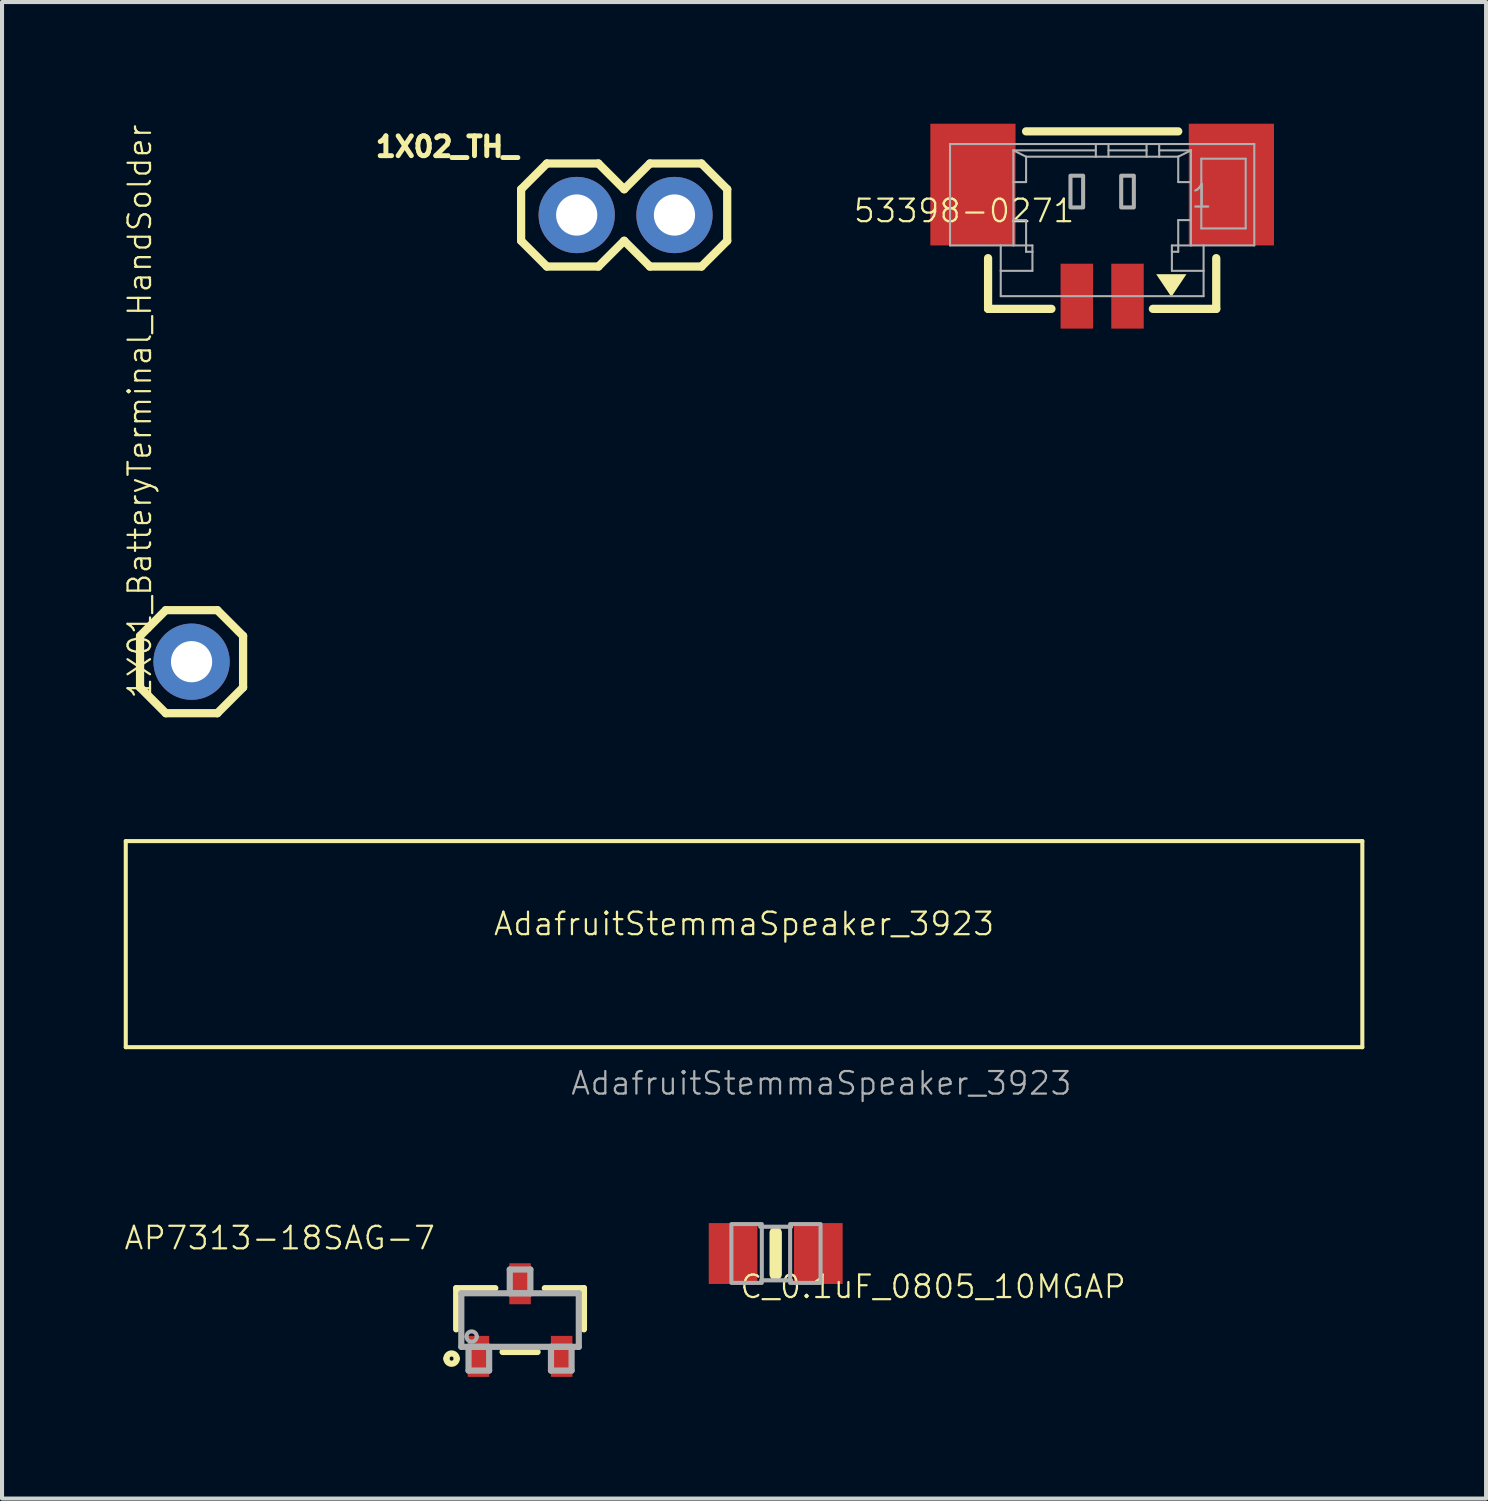
<source format=kicad_pcb>
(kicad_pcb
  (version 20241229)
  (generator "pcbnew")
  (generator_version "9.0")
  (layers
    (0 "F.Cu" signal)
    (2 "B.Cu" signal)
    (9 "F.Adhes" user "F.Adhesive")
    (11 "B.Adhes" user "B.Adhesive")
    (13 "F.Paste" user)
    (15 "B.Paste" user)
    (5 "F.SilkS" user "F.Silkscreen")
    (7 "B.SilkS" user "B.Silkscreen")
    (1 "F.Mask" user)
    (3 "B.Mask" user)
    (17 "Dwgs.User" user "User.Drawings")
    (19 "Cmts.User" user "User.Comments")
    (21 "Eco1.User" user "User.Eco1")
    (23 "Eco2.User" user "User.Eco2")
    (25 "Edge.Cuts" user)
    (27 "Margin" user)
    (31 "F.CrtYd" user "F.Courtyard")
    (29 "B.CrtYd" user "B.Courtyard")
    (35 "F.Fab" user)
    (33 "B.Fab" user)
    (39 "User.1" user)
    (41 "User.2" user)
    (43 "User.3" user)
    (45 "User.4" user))
  (footprint "AdafruitStemmaSpeaker_3923"
    (layer "F.Cu")
    (at 15.29 20.222)
    (property "Reference" "AdafruitStemmaSpeaker_3923" (at 0 -0.5 0) (unlocked yes) (layer "F.SilkS") (effects (font (size 0.555 0.555) (thickness 0.055))))
    (fp_line (start -15.24 -2.54) (end -15.24 2.54) (stroke (width 0.1) (type default)) (layer "F.SilkS"))
    (fp_line (start -15.24 2.54) (end 15.24 2.54) (stroke (width 0.1) (type default)) (layer "F.SilkS"))
    (fp_line (start 15.24 -2.54) (end -15.24 -2.54) (stroke (width 0.1) (type default)) (layer "F.SilkS"))
    (fp_line (start 15.24 2.54) (end 15.24 -2.54) (stroke (width 0.1) (type default)) (layer "F.SilkS"))
    (fp_text user "${REFERENCE}" (at 1.905 3.429 0) (unlocked yes) (layer "F.Fab") (effects (font (size 0.555 0.555) (thickness 0.055)))))
  (footprint "AP7313-18SAG-7"
    (layer "F.Cu")
    (at 9.769 29.488)
    (property "Reference" "AP7313-18SAG-7" (at -2.055 -1.698 0) (layer "F.SilkS") (effects (font (size 0.555 0.555) (thickness 0.055)) (justify right bottom)))
    (fp_line (start -1.575 -0.787) (end -1.575 0.229) (stroke (width 0.152) (type solid)) (layer "F.SilkS"))
    (fp_line (start -0.61 -0.787) (end -1.575 -0.787) (stroke (width 0.152) (type solid)) (layer "F.SilkS"))
    (fp_line (start -0.432 0.787) (end 0.432 0.787) (stroke (width 0.152) (type solid)) (layer "F.SilkS"))
    (fp_line (start 1.575 -0.787) (end 0.61 -0.787) (stroke (width 0.152) (type solid)) (layer "F.SilkS"))
    (fp_line (start 1.575 0.229) (end 1.575 -0.787) (stroke (width 0.152) (type solid)) (layer "F.SilkS"))
    (fp_arc (start -1.815258 0.950159) (mid -1.688258 0.823159) (end -1.561258 0.950159) (stroke (width 0.1524) (type solid)) (layer "F.SilkS"))
    (fp_arc (start -1.561258 0.950159) (mid -1.688258 1.077159) (end -1.815258 0.950159) (stroke (width 0.1524) (type solid)) (layer "F.SilkS"))
    (fp_line (start -1.448 -0.66) (end -1.448 0.66) (stroke (width 0.152) (type solid)) (layer "F.Fab"))
    (fp_line (start -1.448 0.66) (end 1.448 0.66) (stroke (width 0.152) (type solid)) (layer "F.Fab"))
    (fp_line (start -1.27 0.66) (end -1.27 1.245) (stroke (width 0.152) (type solid)) (layer "F.Fab"))
    (fp_line (start -1.27 1.245) (end -0.762 1.245) (stroke (width 0.152) (type solid)) (layer "F.Fab"))
    (fp_line (start -0.762 0.66) (end -1.27 0.66) (stroke (width 0.152) (type solid)) (layer "F.Fab"))
    (fp_line (start -0.762 1.245) (end -0.762 0.66) (stroke (width 0.152) (type solid)) (layer "F.Fab"))
    (fp_line (start -0.254 -1.245) (end -0.254 -0.66) (stroke (width 0.152) (type solid)) (layer "F.Fab"))
    (fp_line (start -0.254 -0.66) (end 0.254 -0.66) (stroke (width 0.152) (type solid)) (layer "F.Fab"))
    (fp_line (start 0.254 -1.245) (end -0.254 -1.245) (stroke (width 0.152) (type solid)) (layer "F.Fab"))
    (fp_line (start 0.254 -0.66) (end 0.254 -1.245) (stroke (width 0.152) (type solid)) (layer "F.Fab"))
    (fp_line (start 0.762 0.66) (end 0.762 1.245) (stroke (width 0.152) (type solid)) (layer "F.Fab"))
    (fp_line (start 0.762 1.245) (end 1.27 1.245) (stroke (width 0.152) (type solid)) (layer "F.Fab"))
    (fp_line (start 1.27 0.66) (end 0.762 0.66) (stroke (width 0.152) (type solid)) (layer "F.Fab"))
    (fp_line (start 1.27 1.245) (end 1.27 0.66) (stroke (width 0.152) (type solid)) (layer "F.Fab"))
    (fp_line (start 1.448 -0.66) (end -1.448 -0.66) (stroke (width 0.152) (type solid)) (layer "F.Fab"))
    (fp_line (start 1.448 0.66) (end 1.448 -0.66) (stroke (width 0.152) (type solid)) (layer "F.Fab"))
    (fp_arc (start -1.3208 0.4064) (mid -1.1938 0.2794) (end -1.0668 0.4064) (stroke (width 0.1) (type solid)) (layer "F.Fab"))
    (fp_arc (start -1.0668 0.4064) (mid -1.1938 0.5334) (end -1.3208 0.4064) (stroke (width 0.1) (type solid)) (layer "F.Fab"))
    (pad "1" smd rect (at -1.025 0.895) (size 0.53 1.01) (layers "F.Cu" "F.Mask" "F.Paste"))
    (pad "2" smd rect (at 1.025 0.895) (size 0.53 1.01) (layers "F.Cu" "F.Mask" "F.Paste"))
    (pad "3" smd rect (at 0 -0.895) (size 0.53 1.01) (layers "F.Cu" "F.Mask" "F.Paste")))
  (footprint "53398-0271"
    (layer "F.Cu")
    (at 24.117 2.98)
    (property "Reference" "53398-0271" (at -0.645 -0.508 0) (layer "F.SilkS") (effects (font (size 0.555 0.555) (thickness 0.055)) (justify right bottom)))
    (fp_line (start -2.812 0.333) (end -2.812 1.583) (stroke (width 0.203) (type solid)) (layer "F.SilkS"))
    (fp_line (start -2.812 1.583) (end -1.25 1.583) (stroke (width 0.203) (type solid)) (layer "F.SilkS"))
    (fp_line (start -1.875 -2.792) (end 1.875 -2.792) (stroke (width 0.203) (type solid)) (layer "F.SilkS"))
    (fp_line (start 1.25 1.583) (end 2.812 1.583) (stroke (width 0.203) (type solid)) (layer "F.SilkS"))
    (fp_line (start 2.812 1.583) (end 2.812 0.333) (stroke (width 0.203) (type solid)) (layer "F.SilkS"))
    (fp_poly (pts (xy 1.705 1.287) (xy 1.332 0.729) (xy 2.078 0.729)) (stroke (width 0) (type default)) (fill yes) (layer "F.SilkS"))
    (fp_line (start -3.75 -2.48) (end -3.75 0.02) (stroke (width 0.051) (type solid)) (layer "F.Fab"))
    (fp_line (start -3.75 0.02) (end -2.5 0.02) (stroke (width 0.051) (type solid)) (layer "F.Fab"))
    (fp_line (start -2.5 0.02) (end -2.5 0.645) (stroke (width 0.051) (type solid)) (layer "F.Fab"))
    (fp_line (start -2.5 0.645) (end -2.5 1.27) (stroke (width 0.051) (type solid)) (layer "F.Fab"))
    (fp_line (start -2.5 1.27) (end 2.5 1.27) (stroke (width 0.051) (type solid)) (layer "F.Fab"))
    (fp_line (start -2.188 -2.324) (end -0.156 -2.324) (stroke (width 0.051) (type solid)) (layer "F.Fab"))
    (fp_line (start -2.188 -1.542) (end -2.188 -2.324) (stroke (width 0.051) (type solid)) (layer "F.Fab"))
    (fp_line (start -2.188 0.02) (end -2.5 0.02) (stroke (width 0.051) (type solid)) (layer "F.Fab"))
    (fp_line (start -2.188 0.02) (end -2.187 -0.605) (stroke (width 0.051) (type solid)) (layer "F.Fab"))
    (fp_line (start -2.187 -0.605) (end -2.188 -1.542) (stroke (width 0.051) (type solid)) (layer "F.Fab"))
    (fp_line (start -2.187 -0.605) (end -1.875 -0.605) (stroke (width 0.051) (type solid)) (layer "F.Fab"))
    (fp_line (start -1.875 -2.167) (end -1.875 -1.542) (stroke (width 0.051) (type solid)) (layer "F.Fab"))
    (fp_line (start -1.875 -2.167) (end -1.875 -2.167) (stroke (width 0.051) (type solid)) (layer "F.Fab"))
    (fp_line (start -1.875 -1.542) (end -2.188 -1.542) (stroke (width 0.051) (type solid)) (layer "F.Fab"))
    (fp_line (start -1.875 -0.605) (end -1.875 0.02) (stroke (width 0.051) (type solid)) (layer "F.Fab"))
    (fp_line (start -1.875 0.02) (end -2.188 0.02) (stroke (width 0.051) (type solid)) (layer "F.Fab"))
    (fp_line (start -1.875 -2.167) (end -2.188 -2.324) (stroke (width 0.051) (type solid)) (layer "F.Fab"))
    (fp_line (start -1.875 -2.167) (end -0.156 -2.167) (stroke (width 0.051) (type solid)) (layer "F.Fab"))
    (fp_line (start -1.875 0.02) (end -1.875 0.02) (stroke (width 0.051) (type solid)) (layer "F.Fab"))
    (fp_line (start -1.875 0.02) (end -1.875 0.176) (stroke (width 0.051) (type solid)) (layer "F.Fab"))
    (fp_line (start -1.875 0.176) (end -1.719 0.176) (stroke (width 0.051) (type solid)) (layer "F.Fab"))
    (fp_line (start -1.719 0.02) (end -1.875 0.02) (stroke (width 0.051) (type solid)) (layer "F.Fab"))
    (fp_line (start -1.719 0.02) (end -1.719 0.176) (stroke (width 0.051) (type solid)) (layer "F.Fab"))
    (fp_line (start -1.719 0.176) (end -1.719 0.645) (stroke (width 0.051) (type solid)) (layer "F.Fab"))
    (fp_line (start -1.719 0.645) (end -2.5 0.645) (stroke (width 0.051) (type solid)) (layer "F.Fab"))
    (fp_line (start -0.156 -2.48) (end -3.75 -2.48) (stroke (width 0.051) (type solid)) (layer "F.Fab"))
    (fp_line (start -0.156 -2.48) (end -0.156 -2.167) (stroke (width 0.051) (type solid)) (layer "F.Fab"))
    (fp_line (start -0.156 -2.167) (end 0.156 -2.167) (stroke (width 0.051) (type solid)) (layer "F.Fab"))
    (fp_line (start 0.156 -2.48) (end -0.156 -2.48) (stroke (width 0.051) (type solid)) (layer "F.Fab"))
    (fp_line (start 0.156 -2.48) (end 0.156 -2.167) (stroke (width 0.051) (type solid)) (layer "F.Fab"))
    (fp_line (start 0.156 -2.324) (end 1.094 -2.324) (stroke (width 0.051) (type solid)) (layer "F.Fab"))
    (fp_line (start 0.156 -2.167) (end 1.094 -2.167) (stroke (width 0.051) (type solid)) (layer "F.Fab"))
    (fp_line (start 1.094 -2.48) (end 0.156 -2.48) (stroke (width 0.051) (type solid)) (layer "F.Fab"))
    (fp_line (start 1.094 -2.48) (end 1.406 -2.48) (stroke (width 0.051) (type solid)) (layer "F.Fab"))
    (fp_line (start 1.094 -2.324) (end 1.094 -2.48) (stroke (width 0.051) (type solid)) (layer "F.Fab"))
    (fp_line (start 1.094 -2.324) (end 1.094 -2.167) (stroke (width 0.051) (type solid)) (layer "F.Fab"))
    (fp_line (start 1.094 -2.167) (end 1.406 -2.167) (stroke (width 0.051) (type solid)) (layer "F.Fab"))
    (fp_line (start 1.406 -2.48) (end 1.406 -2.324) (stroke (width 0.051) (type solid)) (layer "F.Fab"))
    (fp_line (start 1.406 -2.324) (end 1.406 -2.167) (stroke (width 0.051) (type solid)) (layer "F.Fab"))
    (fp_line (start 1.406 -2.324) (end 2.188 -2.324) (stroke (width 0.051) (type solid)) (layer "F.Fab"))
    (fp_line (start 1.406 -2.167) (end 1.875 -2.167) (stroke (width 0.051) (type solid)) (layer "F.Fab"))
    (fp_line (start 1.719 0.02) (end 1.719 0.176) (stroke (width 0.051) (type solid)) (layer "F.Fab"))
    (fp_line (start 1.719 0.176) (end 1.719 0.645) (stroke (width 0.051) (type solid)) (layer "F.Fab"))
    (fp_line (start 1.719 0.645) (end 2.5 0.645) (stroke (width 0.051) (type solid)) (layer "F.Fab"))
    (fp_line (start 1.875 -2.167) (end 1.875 -2.167) (stroke (width 0.051) (type solid)) (layer "F.Fab"))
    (fp_line (start 1.875 -2.167) (end 2.188 -2.324) (stroke (width 0.051) (type solid)) (layer "F.Fab"))
    (fp_line (start 1.875 0.02) (end 1.719 0.02) (stroke (width 0.051) (type solid)) (layer "F.Fab"))
    (fp_line (start 1.875 0.02) (end 1.875 0.176) (stroke (width 0.051) (type solid)) (layer "F.Fab"))
    (fp_line (start 1.875 0.176) (end 1.719 0.176) (stroke (width 0.051) (type solid)) (layer "F.Fab"))
    (fp_line (start 1.875 -2.167) (end 1.875 -1.543) (stroke (width 0.051) (type solid)) (layer "F.Fab"))
    (fp_line (start 1.875 -1.542) (end 2.188 -1.542) (stroke (width 0.051) (type solid)) (layer "F.Fab"))
    (fp_line (start 1.875 -0.605) (end 1.875 0.02) (stroke (width 0.051) (type solid)) (layer "F.Fab"))
    (fp_line (start 1.875 0.02) (end 1.875 0.02) (stroke (width 0.051) (type solid)) (layer "F.Fab"))
    (fp_line (start 2.188 -2.324) (end 2.188 -2.324) (stroke (width 0.051) (type solid)) (layer "F.Fab"))
    (fp_line (start 2.188 -0.605) (end 1.875 -0.605) (stroke (width 0.051) (type solid)) (layer "F.Fab"))
    (fp_line (start 2.188 -0.605) (end 2.188 0.02) (stroke (width 0.051) (type solid)) (layer "F.Fab"))
    (fp_line (start 2.188 0.02) (end 1.875 0.02) (stroke (width 0.051) (type solid)) (layer "F.Fab"))
    (fp_line (start 2.188 0.02) (end 2.5 0.02) (stroke (width 0.051) (type solid)) (layer "F.Fab"))
    (fp_line (start 2.188 -2.324) (end 2.188 -1.542) (stroke (width 0.051) (type solid)) (layer "F.Fab"))
    (fp_line (start 2.188 -1.542) (end 2.188 -0.605) (stroke (width 0.051) (type solid)) (layer "F.Fab"))
    (fp_line (start 2.444 -2.118) (end 3.538 -2.118) (stroke (width 0.051) (type solid)) (layer "F.Fab"))
    (fp_line (start 2.444 -0.399) (end 2.444 -2.118) (stroke (width 0.051) (type solid)) (layer "F.Fab"))
    (fp_line (start 2.5 0.02) (end 3.75 0.02) (stroke (width 0.051) (type solid)) (layer "F.Fab"))
    (fp_line (start 2.5 0.645) (end 2.5 0.02) (stroke (width 0.051) (type solid)) (layer "F.Fab"))
    (fp_line (start 2.5 1.27) (end 2.5 0.645) (stroke (width 0.051) (type solid)) (layer "F.Fab"))
    (fp_line (start 3.538 -2.118) (end 3.538 -0.399) (stroke (width 0.051) (type solid)) (layer "F.Fab"))
    (fp_line (start 3.538 -0.399) (end 2.444 -0.399) (stroke (width 0.051) (type solid)) (layer "F.Fab"))
    (fp_line (start 3.75 -2.48) (end 1.406 -2.48) (stroke (width 0.051) (type solid)) (layer "F.Fab"))
    (fp_line (start 3.75 0.02) (end 3.75 -2.48) (stroke (width 0.051) (type solid)) (layer "F.Fab"))
    (fp_poly (pts (xy -0.781 -0.917) (xy -0.469 -0.917) (xy -0.469 -1.699) (xy -0.781 -1.699)) (stroke (width 0.1) (type default)) (fill no) (layer "F.Fab"))
    (fp_poly (pts (xy 0.469 -0.917) (xy 0.781 -0.917) (xy 0.781 -1.699) (xy 0.469 -1.699)) (stroke (width 0.1) (type default)) (fill no) (layer "F.Fab"))
    (fp_text user "1" (at 2.756 -0.868 0) (layer "F.Fab") (effects (font (size 0.555 0.555) (thickness 0.055)) (justify right bottom)))
    (pad "1" smd rect (at 0.625 1.27) (size 0.8 1.6) (layers "F.Cu" "F.Mask" "F.Paste"))
    (pad "2" smd rect (at -0.625 1.27) (size 0.8 1.6) (layers "F.Cu" "F.Mask" "F.Paste"))
    (pad "M1" smd rect (at 3.185 -1.48 90) (size 3 2.1) (layers "F.Cu" "F.Mask" "F.Paste"))
    (pad "M2" smd rect (at -3.185 -1.48 90) (size 3 2.1) (layers "F.Cu" "F.Mask" "F.Paste")))
  (footprint "1X01_BatteryTerminal_HandSolder"
    (layer "F.Cu")
    (at 1.672 13.26)
    (property "Reference" "1X01_BatteryTerminal_HandSolder" (at -0.953 0.953 90) (layer "F.SilkS") (effects (font (size 0.555 0.555) (thickness 0.055)) (justify left bottom)))
    (fp_line (start -1.27 -0.635) (end -1.27 0.635) (stroke (width 0.203) (type solid)) (layer "F.SilkS"))
    (fp_line (start -1.27 0.635) (end -0.635 1.27) (stroke (width 0.203) (type solid)) (layer "F.SilkS"))
    (fp_line (start -0.635 -1.27) (end -1.27 -0.635) (stroke (width 0.203) (type solid)) (layer "F.SilkS"))
    (fp_line (start -0.635 1.27) (end 0.635 1.27) (stroke (width 0.203) (type solid)) (layer "F.SilkS"))
    (fp_line (start 0.635 -1.27) (end -0.635 -1.27) (stroke (width 0.203) (type solid)) (layer "F.SilkS"))
    (fp_line (start 0.635 1.27) (end 1.27 0.635) (stroke (width 0.203) (type solid)) (layer "F.SilkS"))
    (fp_line (start 1.27 -0.635) (end 0.635 -1.27) (stroke (width 0.203) (type solid)) (layer "F.SilkS"))
    (fp_line (start 1.27 0.635) (end 1.27 -0.635) (stroke (width 0.203) (type solid)) (layer "F.SilkS"))
    (fp_poly (pts (xy -0.254 0.254) (xy 0.254 0.254) (xy 0.254 -0.254) (xy -0.254 -0.254)) (stroke (width 0.1) (type default)) (fill no) (layer "F.Fab"))
    (pad "1" thru_hole circle (at 0 0 270) (size 1.88 1.88) (drill 1.016) (layers "*.Cu" "*.Mask")))
  (footprint "C_0.1uF_0805_10MGAP"
    (layer "F.Cu")
    (at 16.07 27.848)
    (property "Reference" "C_0.1uF_0805_10MGAP" (at -0.914 1.143 0) (layer "F.SilkS") (effects (font (size 0.555 0.555) (thickness 0.055)) (justify left bottom)))
    (fp_line (start 0 -0.508) (end 0 0.508) (stroke (width 0.305) (type solid)) (layer "F.SilkS"))
    (fp_line (start -0.381 -0.66) (end 0.381 -0.66) (stroke (width 0.102) (type solid)) (layer "F.Fab"))
    (fp_line (start -0.356 0.66) (end 0.381 0.66) (stroke (width 0.102) (type solid)) (layer "F.Fab"))
    (fp_poly (pts (xy -1.092 0.724) (xy -0.342 0.724) (xy -0.342 -0.726) (xy -1.092 -0.726)) (stroke (width 0.1) (type default)) (fill no) (layer "F.Fab"))
    (fp_poly (pts (xy 0.356 0.724) (xy 1.106 0.724) (xy 1.106 -0.726) (xy 0.356 -0.726)) (stroke (width 0.1) (type default)) (fill no) (layer "F.Fab"))
    (pad "1" smd rect (at -1.05 0 180) (size 1.2 1.5) (layers "F.Cu" "F.Mask" "F.Paste"))
    (pad "2" smd rect (at 1.05 0 180) (size 1.2 1.5) (layers "F.Cu" "F.Mask" "F.Paste")))
  (footprint "1X02_TH_"
    (layer "F.Cu")
    (at 11.065 2.25)
    (property "Reference" "1X02_TH_" (at -1.27 -1.397 0) (layer "F.SilkS") (effects (font (size 0.488 0.488) (thickness 0.122)) (justify right bottom)))
    (fp_line (start -1.27 -0.635) (end -1.27 0.635) (stroke (width 0.203) (type solid)) (layer "F.SilkS"))
    (fp_line (start -1.27 0.635) (end -0.635 1.27) (stroke (width 0.203) (type solid)) (layer "F.SilkS"))
    (fp_line (start -0.635 -1.27) (end -1.27 -0.635) (stroke (width 0.203) (type solid)) (layer "F.SilkS"))
    (fp_line (start -0.635 -1.27) (end 0.635 -1.27) (stroke (width 0.203) (type solid)) (layer "F.SilkS"))
    (fp_line (start 0.635 -1.27) (end 1.27 -0.635) (stroke (width 0.203) (type solid)) (layer "F.SilkS"))
    (fp_line (start 0.635 1.27) (end -0.635 1.27) (stroke (width 0.203) (type solid)) (layer "F.SilkS"))
    (fp_line (start 1.27 -0.635) (end 1.905 -1.27) (stroke (width 0.203) (type solid)) (layer "F.SilkS"))
    (fp_line (start 1.27 0.635) (end 0.635 1.27) (stroke (width 0.203) (type solid)) (layer "F.SilkS"))
    (fp_line (start 1.905 -1.27) (end 3.175 -1.27) (stroke (width 0.203) (type solid)) (layer "F.SilkS"))
    (fp_line (start 1.905 1.27) (end 1.27 0.635) (stroke (width 0.203) (type solid)) (layer "F.SilkS"))
    (fp_line (start 3.175 -1.27) (end 3.81 -0.635) (stroke (width 0.203) (type solid)) (layer "F.SilkS"))
    (fp_line (start 3.175 1.27) (end 1.905 1.27) (stroke (width 0.203) (type solid)) (layer "F.SilkS"))
    (fp_line (start 3.81 -0.635) (end 3.81 0.635) (stroke (width 0.203) (type solid)) (layer "F.SilkS"))
    (fp_line (start 3.81 0.635) (end 3.175 1.27) (stroke (width 0.203) (type solid)) (layer "F.SilkS"))
    (fp_poly (pts (xy -0.254 0.254) (xy 0.254 0.254) (xy 0.254 -0.254) (xy -0.254 -0.254)) (stroke (width 0.1) (type default)) (fill no) (layer "F.Fab"))
    (fp_poly (pts (xy 2.286 0.254) (xy 2.794 0.254) (xy 2.794 -0.254) (xy 2.286 -0.254)) (stroke (width 0.1) (type default)) (fill no) (layer "F.Fab"))
    (pad "1" thru_hole circle (at 0.1 0 270) (size 1.88 1.88) (drill 1.016) (layers "*.Cu" "*.Mask"))
    (pad "2" thru_hole circle (at 2.51 0 270) (size 1.88 1.88) (drill 1.016) (layers "*.Cu" "*.Mask")))
  (gr_rect
    (start -3 -3)
    (end 33.58 33.888)
    (stroke (width 0.1) (type default))
    (fill no)
    (layer "Edge.Cuts")))
</source>
